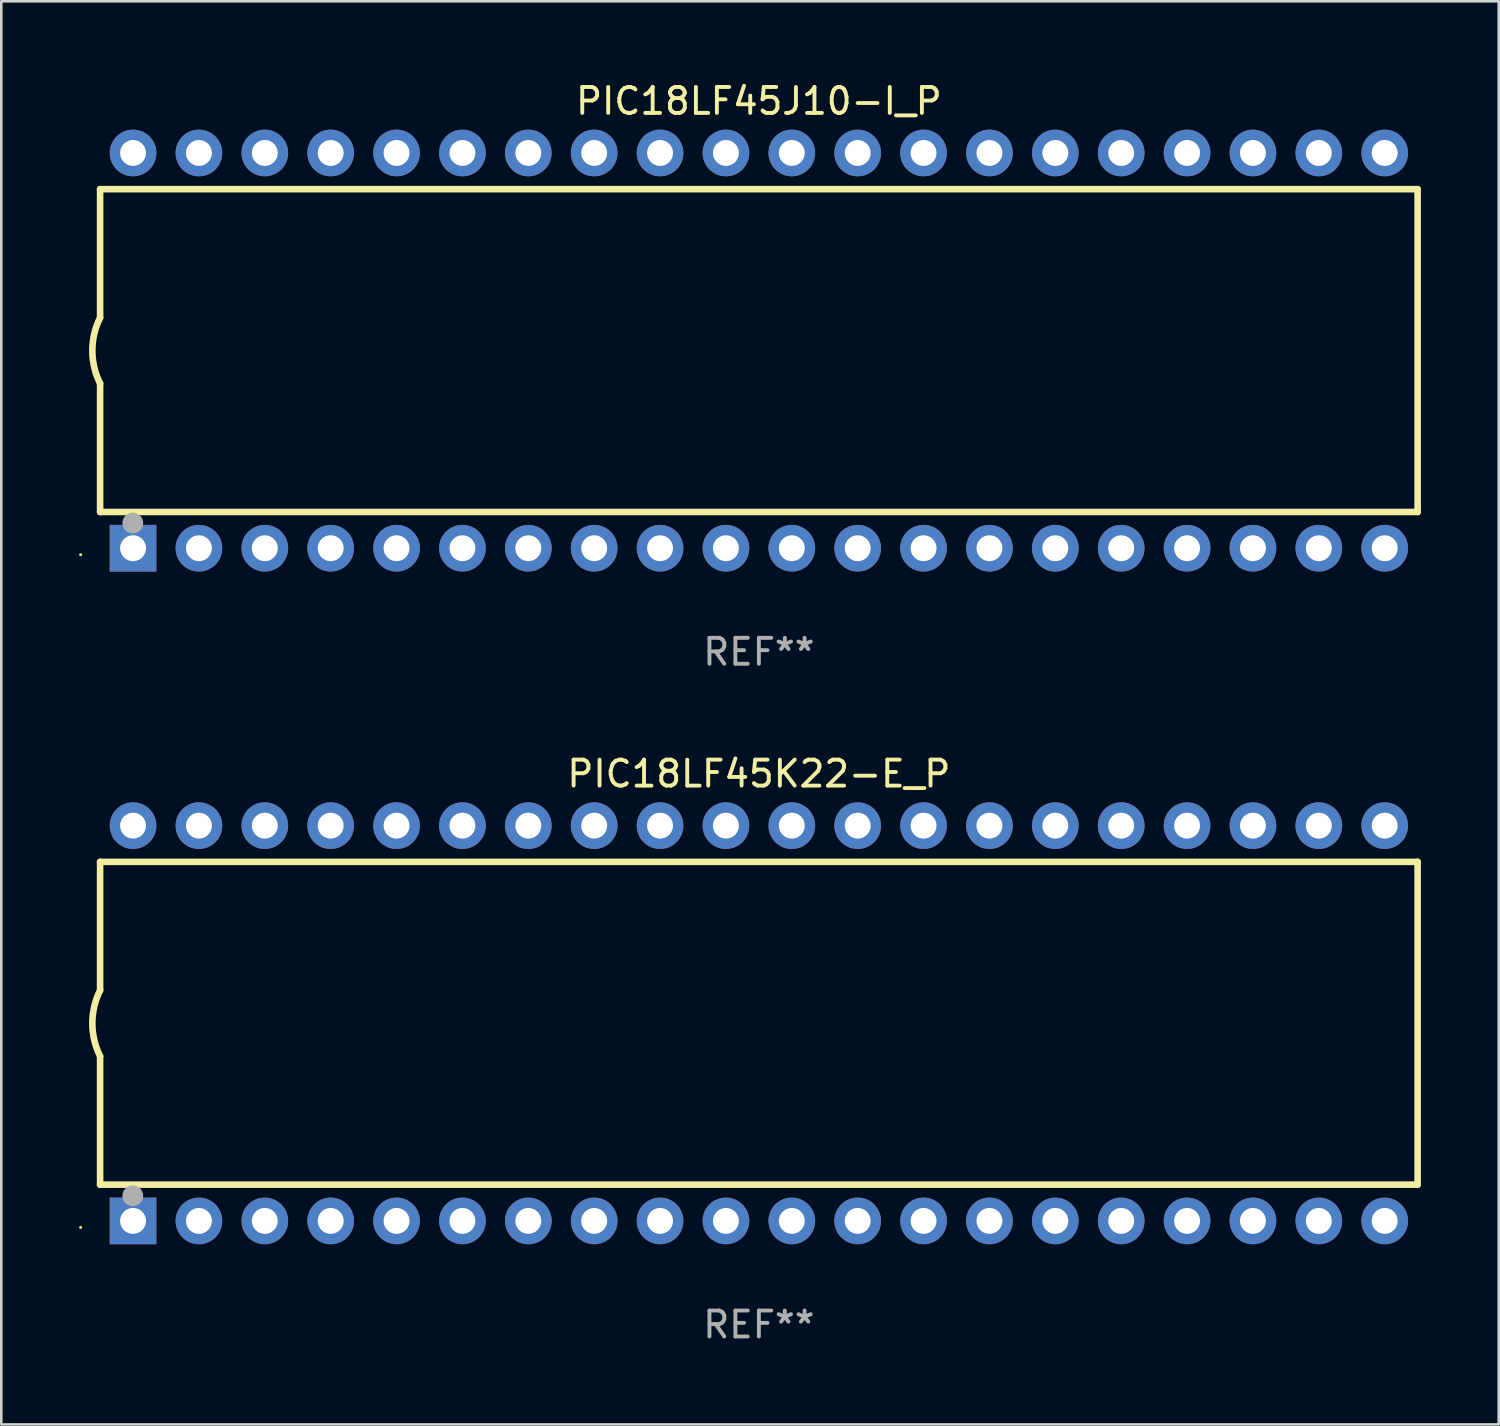
<source format=kicad_pcb>
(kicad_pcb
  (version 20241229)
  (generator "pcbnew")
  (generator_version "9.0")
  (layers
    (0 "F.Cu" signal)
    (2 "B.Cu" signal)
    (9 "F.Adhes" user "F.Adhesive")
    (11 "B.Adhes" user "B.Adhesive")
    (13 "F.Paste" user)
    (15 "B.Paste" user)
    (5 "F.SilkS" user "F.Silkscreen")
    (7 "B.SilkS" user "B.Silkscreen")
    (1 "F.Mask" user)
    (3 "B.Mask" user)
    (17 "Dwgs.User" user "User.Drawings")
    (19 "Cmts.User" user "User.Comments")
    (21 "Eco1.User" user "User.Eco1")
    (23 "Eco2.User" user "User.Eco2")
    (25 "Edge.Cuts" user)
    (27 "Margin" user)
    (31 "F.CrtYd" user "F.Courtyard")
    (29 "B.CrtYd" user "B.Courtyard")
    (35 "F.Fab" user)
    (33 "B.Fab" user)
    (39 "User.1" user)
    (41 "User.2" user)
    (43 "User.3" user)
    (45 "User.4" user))
  (footprint "PIC18LF45J10-I_P"
    (layer "F.Cu")
    (at 26.21 10.468)
    (property "Reference" "PIC18LF45J10-I_P" (at 0 -9.62 0) (layer "F.SilkS") (effects (font (size 1 1) (thickness 0.15))))
    (attr through_hole)
    (fp_line (start -25.4 -6.224) (end -25.4 -1.271) (stroke (width 0.254) (type solid)) (layer "F.SilkS"))
    (fp_line (start -25.4 -6.224) (end 25.4 -6.224) (stroke (width 0.254) (type solid)) (layer "F.SilkS"))
    (fp_line (start -25.4 1.269) (end -25.4 6.222) (stroke (width 0.254) (type solid)) (layer "F.SilkS"))
    (fp_line (start -25.4 6.222) (end 25.4 6.222) (stroke (width 0.254) (type solid)) (layer "F.SilkS"))
    (fp_line (start 25.4 6.222) (end 25.4 -6.224) (stroke (width 0.254) (type solid)) (layer "F.SilkS"))
    (fp_arc (start -25.4 1.269241) (mid -25.699807 -0.000762) (end -25.4 -1.270765) (stroke (width 0.254001) (type solid)) (layer "F.SilkS"))
    (fp_circle (center -26.15 7.87) (end -26.12 7.87) (stroke (width 0.06) (type solid)) (fill no) (layer "F.SilkS"))
    (fp_circle (center -24.14 6.65) (end -23.94 6.65) (stroke (width 0.4) (type solid)) (fill no) (layer "F.Fab"))
    (fp_text user "REF**" (at 0 11.62 0) (layer "F.Fab") (effects (font (size 1 1) (thickness 0.15))))
    (pad "1" thru_hole rect (at -24.13 7.62 90) (size 1.8 1.8) (drill 1) (layers "*.Cu" "*.Mask"))
    (pad "2" thru_hole circle (at -21.59 7.62) (size 1.8 1.8) (drill 1) (layers "*.Cu" "*.Mask"))
    (pad "3" thru_hole circle (at -19.05 7.62) (size 1.8 1.8) (drill 1) (layers "*.Cu" "*.Mask"))
    (pad "4" thru_hole circle (at -16.51 7.62) (size 1.8 1.8) (drill 1) (layers "*.Cu" "*.Mask"))
    (pad "5" thru_hole circle (at -13.97 7.62) (size 1.8 1.8) (drill 1) (layers "*.Cu" "*.Mask"))
    (pad "6" thru_hole circle (at -11.43 7.62) (size 1.8 1.8) (drill 1) (layers "*.Cu" "*.Mask"))
    (pad "7" thru_hole circle (at -8.89 7.62) (size 1.8 1.8) (drill 1) (layers "*.Cu" "*.Mask"))
    (pad "8" thru_hole circle (at -6.35 7.62) (size 1.8 1.8) (drill 1) (layers "*.Cu" "*.Mask"))
    (pad "9" thru_hole circle (at -3.81 7.62) (size 1.8 1.8) (drill 1) (layers "*.Cu" "*.Mask"))
    (pad "10" thru_hole circle (at -1.27 7.62) (size 1.8 1.8) (drill 1) (layers "*.Cu" "*.Mask"))
    (pad "11" thru_hole circle (at 1.27 7.62) (size 1.8 1.8) (drill 1) (layers "*.Cu" "*.Mask"))
    (pad "12" thru_hole circle (at 3.81 7.62) (size 1.8 1.8) (drill 1) (layers "*.Cu" "*.Mask"))
    (pad "13" thru_hole circle (at 6.35 7.62) (size 1.8 1.8) (drill 1) (layers "*.Cu" "*.Mask"))
    (pad "14" thru_hole circle (at 8.89 7.62) (size 1.8 1.8) (drill 1) (layers "*.Cu" "*.Mask"))
    (pad "15" thru_hole circle (at 11.43 7.62) (size 1.8 1.8) (drill 1) (layers "*.Cu" "*.Mask"))
    (pad "16" thru_hole circle (at 13.97 7.62) (size 1.8 1.8) (drill 1) (layers "*.Cu" "*.Mask"))
    (pad "17" thru_hole circle (at 16.51 7.62) (size 1.8 1.8) (drill 1) (layers "*.Cu" "*.Mask"))
    (pad "18" thru_hole circle (at 19.05 7.62) (size 1.8 1.8) (drill 1) (layers "*.Cu" "*.Mask"))
    (pad "19" thru_hole circle (at 21.59 7.62) (size 1.8 1.8) (drill 1) (layers "*.Cu" "*.Mask"))
    (pad "20" thru_hole circle (at 24.13 7.62) (size 1.8 1.8) (drill 1) (layers "*.Cu" "*.Mask"))
    (pad "21" thru_hole circle (at 24.13 -7.62) (size 1.8 1.8) (drill 1) (layers "*.Cu" "*.Mask"))
    (pad "22" thru_hole circle (at 21.59 -7.62) (size 1.8 1.8) (drill 1) (layers "*.Cu" "*.Mask"))
    (pad "23" thru_hole circle (at 19.05 -7.62) (size 1.8 1.8) (drill 1) (layers "*.Cu" "*.Mask"))
    (pad "24" thru_hole circle (at 16.51 -7.62) (size 1.8 1.8) (drill 1) (layers "*.Cu" "*.Mask"))
    (pad "25" thru_hole circle (at 13.97 -7.62) (size 1.8 1.8) (drill 1) (layers "*.Cu" "*.Mask"))
    (pad "26" thru_hole circle (at 11.43 -7.62) (size 1.8 1.8) (drill 1) (layers "*.Cu" "*.Mask"))
    (pad "27" thru_hole circle (at 8.89 -7.62) (size 1.8 1.8) (drill 1) (layers "*.Cu" "*.Mask"))
    (pad "28" thru_hole circle (at 6.35 -7.62) (size 1.8 1.8) (drill 1) (layers "*.Cu" "*.Mask"))
    (pad "29" thru_hole circle (at 3.81 -7.62) (size 1.8 1.8) (drill 1) (layers "*.Cu" "*.Mask"))
    (pad "30" thru_hole circle (at 1.27 -7.62) (size 1.8 1.8) (drill 1) (layers "*.Cu" "*.Mask"))
    (pad "31" thru_hole circle (at -1.27 -7.62) (size 1.8 1.8) (drill 1) (layers "*.Cu" "*.Mask"))
    (pad "32" thru_hole circle (at -3.81 -7.62) (size 1.8 1.8) (drill 1) (layers "*.Cu" "*.Mask"))
    (pad "33" thru_hole circle (at -6.35 -7.62) (size 1.8 1.8) (drill 1) (layers "*.Cu" "*.Mask"))
    (pad "34" thru_hole circle (at -8.89 -7.62) (size 1.8 1.8) (drill 1) (layers "*.Cu" "*.Mask"))
    (pad "35" thru_hole circle (at -11.43 -7.62) (size 1.8 1.8) (drill 1) (layers "*.Cu" "*.Mask"))
    (pad "36" thru_hole circle (at -13.97 -7.62) (size 1.8 1.8) (drill 1) (layers "*.Cu" "*.Mask"))
    (pad "37" thru_hole circle (at -16.51 -7.62) (size 1.8 1.8) (drill 1) (layers "*.Cu" "*.Mask"))
    (pad "38" thru_hole circle (at -19.05 -7.62) (size 1.8 1.8) (drill 1) (layers "*.Cu" "*.Mask"))
    (pad "39" thru_hole circle (at -21.59 -7.62) (size 1.8 1.8) (drill 1) (layers "*.Cu" "*.Mask"))
    (pad "40" thru_hole circle (at -24.13 -7.62) (size 1.8 1.8) (drill 1) (layers "*.Cu" "*.Mask")))
  (footprint "PIC18LF45K22-E_P"
    (layer "F.Cu")
    (at 26.21 36.405)
    (property "Reference" "PIC18LF45K22-E_P" (at 0 -9.62 0) (layer "F.SilkS") (effects (font (size 1 1) (thickness 0.15))))
    (attr through_hole)
    (fp_line (start -25.4 -6.224) (end -25.4 -1.271) (stroke (width 0.254) (type solid)) (layer "F.SilkS"))
    (fp_line (start -25.4 -6.224) (end 25.4 -6.224) (stroke (width 0.254) (type solid)) (layer "F.SilkS"))
    (fp_line (start -25.4 1.269) (end -25.4 6.222) (stroke (width 0.254) (type solid)) (layer "F.SilkS"))
    (fp_line (start -25.4 6.222) (end 25.4 6.222) (stroke (width 0.254) (type solid)) (layer "F.SilkS"))
    (fp_line (start 25.4 6.222) (end 25.4 -6.224) (stroke (width 0.254) (type solid)) (layer "F.SilkS"))
    (fp_arc (start -25.4 1.269241) (mid -25.699807 -0.000762) (end -25.4 -1.270765) (stroke (width 0.254001) (type solid)) (layer "F.SilkS"))
    (fp_circle (center -26.15 7.87) (end -26.12 7.87) (stroke (width 0.06) (type solid)) (fill no) (layer "F.SilkS"))
    (fp_circle (center -24.14 6.65) (end -23.94 6.65) (stroke (width 0.4) (type solid)) (fill no) (layer "F.Fab"))
    (fp_text user "REF**" (at 0 11.62 0) (layer "F.Fab") (effects (font (size 1 1) (thickness 0.15))))
    (pad "1" thru_hole rect (at -24.13 7.62 90) (size 1.8 1.8) (drill 1) (layers "*.Cu" "*.Mask"))
    (pad "2" thru_hole circle (at -21.59 7.62) (size 1.8 1.8) (drill 1) (layers "*.Cu" "*.Mask"))
    (pad "3" thru_hole circle (at -19.05 7.62) (size 1.8 1.8) (drill 1) (layers "*.Cu" "*.Mask"))
    (pad "4" thru_hole circle (at -16.51 7.62) (size 1.8 1.8) (drill 1) (layers "*.Cu" "*.Mask"))
    (pad "5" thru_hole circle (at -13.97 7.62) (size 1.8 1.8) (drill 1) (layers "*.Cu" "*.Mask"))
    (pad "6" thru_hole circle (at -11.43 7.62) (size 1.8 1.8) (drill 1) (layers "*.Cu" "*.Mask"))
    (pad "7" thru_hole circle (at -8.89 7.62) (size 1.8 1.8) (drill 1) (layers "*.Cu" "*.Mask"))
    (pad "8" thru_hole circle (at -6.35 7.62) (size 1.8 1.8) (drill 1) (layers "*.Cu" "*.Mask"))
    (pad "9" thru_hole circle (at -3.81 7.62) (size 1.8 1.8) (drill 1) (layers "*.Cu" "*.Mask"))
    (pad "10" thru_hole circle (at -1.27 7.62) (size 1.8 1.8) (drill 1) (layers "*.Cu" "*.Mask"))
    (pad "11" thru_hole circle (at 1.27 7.62) (size 1.8 1.8) (drill 1) (layers "*.Cu" "*.Mask"))
    (pad "12" thru_hole circle (at 3.81 7.62) (size 1.8 1.8) (drill 1) (layers "*.Cu" "*.Mask"))
    (pad "13" thru_hole circle (at 6.35 7.62) (size 1.8 1.8) (drill 1) (layers "*.Cu" "*.Mask"))
    (pad "14" thru_hole circle (at 8.89 7.62) (size 1.8 1.8) (drill 1) (layers "*.Cu" "*.Mask"))
    (pad "15" thru_hole circle (at 11.43 7.62) (size 1.8 1.8) (drill 1) (layers "*.Cu" "*.Mask"))
    (pad "16" thru_hole circle (at 13.97 7.62) (size 1.8 1.8) (drill 1) (layers "*.Cu" "*.Mask"))
    (pad "17" thru_hole circle (at 16.51 7.62) (size 1.8 1.8) (drill 1) (layers "*.Cu" "*.Mask"))
    (pad "18" thru_hole circle (at 19.05 7.62) (size 1.8 1.8) (drill 1) (layers "*.Cu" "*.Mask"))
    (pad "19" thru_hole circle (at 21.59 7.62) (size 1.8 1.8) (drill 1) (layers "*.Cu" "*.Mask"))
    (pad "20" thru_hole circle (at 24.13 7.62) (size 1.8 1.8) (drill 1) (layers "*.Cu" "*.Mask"))
    (pad "21" thru_hole circle (at 24.13 -7.62) (size 1.8 1.8) (drill 1) (layers "*.Cu" "*.Mask"))
    (pad "22" thru_hole circle (at 21.59 -7.62) (size 1.8 1.8) (drill 1) (layers "*.Cu" "*.Mask"))
    (pad "23" thru_hole circle (at 19.05 -7.62) (size 1.8 1.8) (drill 1) (layers "*.Cu" "*.Mask"))
    (pad "24" thru_hole circle (at 16.51 -7.62) (size 1.8 1.8) (drill 1) (layers "*.Cu" "*.Mask"))
    (pad "25" thru_hole circle (at 13.97 -7.62) (size 1.8 1.8) (drill 1) (layers "*.Cu" "*.Mask"))
    (pad "26" thru_hole circle (at 11.43 -7.62) (size 1.8 1.8) (drill 1) (layers "*.Cu" "*.Mask"))
    (pad "27" thru_hole circle (at 8.89 -7.62) (size 1.8 1.8) (drill 1) (layers "*.Cu" "*.Mask"))
    (pad "28" thru_hole circle (at 6.35 -7.62) (size 1.8 1.8) (drill 1) (layers "*.Cu" "*.Mask"))
    (pad "29" thru_hole circle (at 3.81 -7.62) (size 1.8 1.8) (drill 1) (layers "*.Cu" "*.Mask"))
    (pad "30" thru_hole circle (at 1.27 -7.62) (size 1.8 1.8) (drill 1) (layers "*.Cu" "*.Mask"))
    (pad "31" thru_hole circle (at -1.27 -7.62) (size 1.8 1.8) (drill 1) (layers "*.Cu" "*.Mask"))
    (pad "32" thru_hole circle (at -3.81 -7.62) (size 1.8 1.8) (drill 1) (layers "*.Cu" "*.Mask"))
    (pad "33" thru_hole circle (at -6.35 -7.62) (size 1.8 1.8) (drill 1) (layers "*.Cu" "*.Mask"))
    (pad "34" thru_hole circle (at -8.89 -7.62) (size 1.8 1.8) (drill 1) (layers "*.Cu" "*.Mask"))
    (pad "35" thru_hole circle (at -11.43 -7.62) (size 1.8 1.8) (drill 1) (layers "*.Cu" "*.Mask"))
    (pad "36" thru_hole circle (at -13.97 -7.62) (size 1.8 1.8) (drill 1) (layers "*.Cu" "*.Mask"))
    (pad "37" thru_hole circle (at -16.51 -7.62) (size 1.8 1.8) (drill 1) (layers "*.Cu" "*.Mask"))
    (pad "38" thru_hole circle (at -19.05 -7.62) (size 1.8 1.8) (drill 1) (layers "*.Cu" "*.Mask"))
    (pad "39" thru_hole circle (at -21.59 -7.62) (size 1.8 1.8) (drill 1) (layers "*.Cu" "*.Mask"))
    (pad "40" thru_hole circle (at -24.13 -7.62) (size 1.8 1.8) (drill 1) (layers "*.Cu" "*.Mask")))
  (gr_rect
    (start -3 -3)
    (end 54.737 51.873)
    (stroke (width 0.1) (type default))
    (fill no)
    (layer "Edge.Cuts")))
</source>
